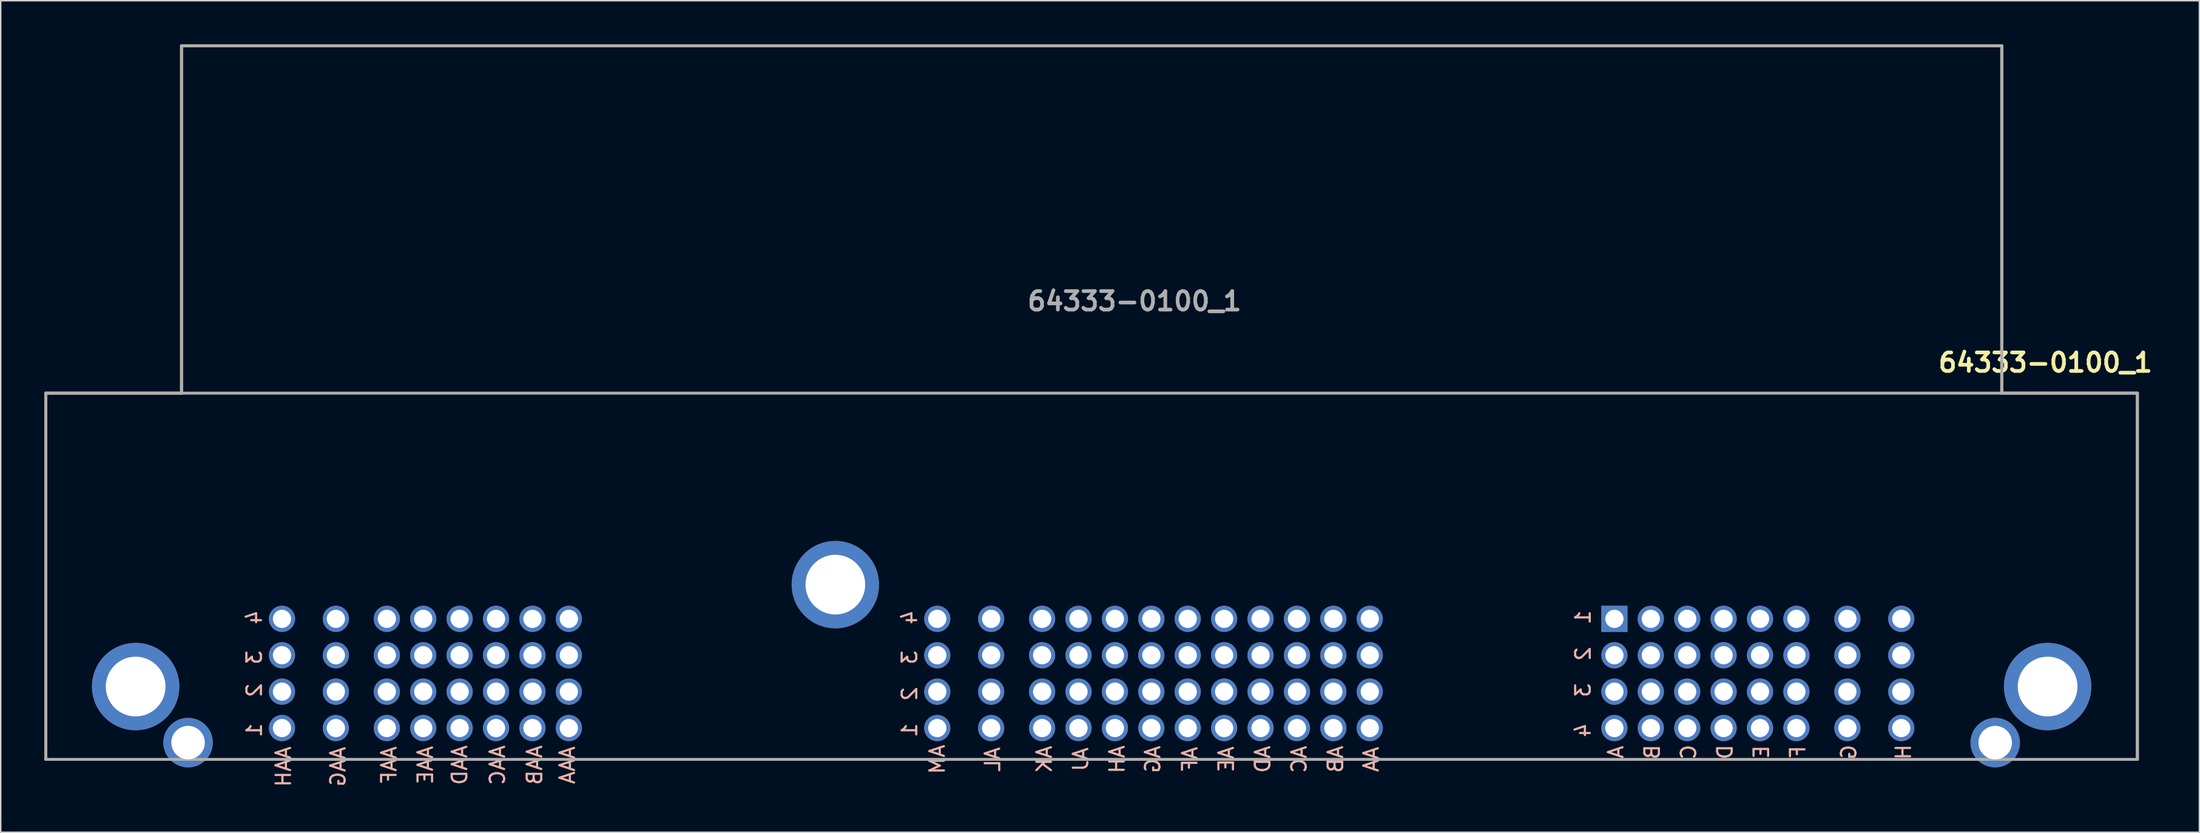
<source format=kicad_pcb>
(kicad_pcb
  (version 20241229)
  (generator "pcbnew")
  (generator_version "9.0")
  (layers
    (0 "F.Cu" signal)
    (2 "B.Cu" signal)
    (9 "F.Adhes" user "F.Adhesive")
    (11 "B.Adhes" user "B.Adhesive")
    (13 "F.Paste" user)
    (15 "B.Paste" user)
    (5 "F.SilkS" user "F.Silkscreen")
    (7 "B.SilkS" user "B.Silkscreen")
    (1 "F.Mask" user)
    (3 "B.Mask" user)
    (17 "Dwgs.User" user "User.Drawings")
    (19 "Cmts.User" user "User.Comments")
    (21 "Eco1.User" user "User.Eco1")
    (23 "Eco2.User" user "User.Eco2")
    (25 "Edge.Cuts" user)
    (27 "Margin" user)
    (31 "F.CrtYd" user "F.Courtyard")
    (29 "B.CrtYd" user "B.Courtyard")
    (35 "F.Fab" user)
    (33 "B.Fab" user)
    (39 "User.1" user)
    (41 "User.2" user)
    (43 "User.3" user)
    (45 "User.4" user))
  (footprint "64333-0100_1"
    (layer "F.Cu")
    (at 75.915 24.1)
    (property "Reference" "64333-0100_1" (at 61.5 -2.25 180) (layer "F.SilkS") (effects (font (size 1.27 1.27) (thickness 0.254))))
    (attr through_hole)
    (fp_line (start -75.815 -0.15) (end -75.815 25) (stroke (width 0.2) (type solid)) (layer "F.SilkS"))
    (fp_line (start -66.5 -24) (end -66.5 -0.15) (stroke (width 0.2) (type solid)) (layer "F.SilkS"))
    (fp_line (start -66.5 -0.15) (end -75.815 -0.15) (stroke (width 0.2) (type solid)) (layer "F.SilkS"))
    (fp_line (start 58.5 -24) (end -66.5 -24) (stroke (width 0.2) (type solid)) (layer "F.SilkS"))
    (fp_line (start 58.5 -0.15) (end 58.5 -24) (stroke (width 0.2) (type solid)) (layer "F.SilkS"))
    (fp_line (start 67.815 -0.15) (end 58.5 -0.15) (stroke (width 0.2) (type solid)) (layer "F.SilkS"))
    (fp_line (start 67.815 25) (end 67.815 -0.15) (stroke (width 0.2) (type solid)) (layer "F.SilkS"))
    (fp_line (start -75.815 -0.15) (end 67.815 -0.15) (stroke (width 0.2) (type solid)) (layer "F.Fab"))
    (fp_line (start -75.815 25) (end -75.815 -0.15) (stroke (width 0.2) (type solid)) (layer "F.Fab"))
    (fp_line (start -66.5 -24) (end -66.5 -0.15) (stroke (width 0.2) (type solid)) (layer "F.Fab"))
    (fp_line (start 58.5 -24) (end -66.5 -24) (stroke (width 0.2) (type solid)) (layer "F.Fab"))
    (fp_line (start 58.5 -0.15) (end 58.5 -24) (stroke (width 0.2) (type solid)) (layer "F.Fab"))
    (fp_line (start 67.815 -0.15) (end 67.815 25) (stroke (width 0.2) (type solid)) (layer "F.Fab"))
    (fp_line (start 67.815 25) (end -75.815 25) (stroke (width 0.2) (type solid)) (layer "F.Fab"))
    (fp_text user "4" (at -16.5 15.25 90) (layer "B.SilkS") (effects (font (size 1 1) (thickness 0.15)) (justify mirror)))
    (fp_text user "AAD" (at -47.4 25.4 90) (layer "B.SilkS") (effects (font (size 1 1) (thickness 0.15)) (justify mirror)))
    (fp_text user "AB" (at 12.75 25 90) (layer "B.SilkS") (effects (font (size 1 1) (thickness 0.15)) (justify mirror)))
    (fp_text user "AAF" (at -52.25 25.4 90) (layer "B.SilkS") (effects (font (size 1 1) (thickness 0.15)) (justify mirror)))
    (fp_text user "4" (at -61.5 15.25 90) (layer "B.SilkS") (effects (font (size 1 1) (thickness 0.15)) (justify mirror)))
    (fp_text user "C" (at 37 24.5 90) (layer "B.SilkS") (effects (font (size 1 1) (thickness 0.15)) (justify mirror)))
    (fp_text user "2" (at -61.5 20.25 90) (layer "B.SilkS") (effects (font (size 1 1) (thickness 0.15)) (justify mirror)))
    (fp_text user "1" (at -61.5 23 90) (layer "B.SilkS") (effects (font (size 1 1) (thickness 0.15)) (justify mirror)))
    (fp_text user "AM" (at -14.6 25 90) (layer "B.SilkS") (effects (font (size 1 1) (thickness 0.15)) (justify mirror)))
    (fp_text user "F" (at 44.5 24.5 90) (layer "B.SilkS") (effects (font (size 1 1) (thickness 0.15)) (justify mirror)))
    (fp_text user "2" (at -16.5 20.5 90) (layer "B.SilkS") (effects (font (size 1 1) (thickness 0.15)) (justify mirror)))
    (fp_text user "3" (at 29.75 20.25 90) (layer "B.SilkS") (effects (font (size 1 1) (thickness 0.15)) (justify mirror)))
    (fp_text user "AL" (at -10.8 25 90) (layer "B.SilkS") (effects (font (size 1 1) (thickness 0.15)) (justify mirror)))
    (fp_text user "AAE" (at -49.75 25.4 90) (layer "B.SilkS") (effects (font (size 1 1) (thickness 0.15)) (justify mirror)))
    (fp_text user "AAG" (at -55.75 25.5 90) (layer "B.SilkS") (effects (font (size 1 1) (thickness 0.15)) (justify mirror)))
    (fp_text user "3" (at -16.5 18 90) (layer "B.SilkS") (effects (font (size 1 1) (thickness 0.15)) (justify mirror)))
    (fp_text user "AAC" (at -44.8 25.4 90) (layer "B.SilkS") (effects (font (size 1 1) (thickness 0.15)) (justify mirror)))
    (fp_text user "AD" (at 7.75 25 90) (layer "B.SilkS") (effects (font (size 1 1) (thickness 0.15)) (justify mirror)))
    (fp_text user "1" (at -16.5 23 90) (layer "B.SilkS") (effects (font (size 1 1) (thickness 0.15)) (justify mirror)))
    (fp_text user "2" (at 29.75 17.75 90) (layer "B.SilkS") (effects (font (size 1 1) (thickness 0.15)) (justify mirror)))
    (fp_text user "AG" (at 0.2 25 90) (layer "B.SilkS") (effects (font (size 1 1) (thickness 0.15)) (justify mirror)))
    (fp_text user "D" (at 39.5 24.5 90) (layer "B.SilkS") (effects (font (size 1 1) (thickness 0.15)) (justify mirror)))
    (fp_text user "AC" (at 10.25 25 90) (layer "B.SilkS") (effects (font (size 1 1) (thickness 0.15)) (justify mirror)))
    (fp_text user "AA" (at 15.2 25 90) (layer "B.SilkS") (effects (font (size 1 1) (thickness 0.15)) (justify mirror)))
    (fp_text user "AJ" (at -4.75 25 90) (layer "B.SilkS") (effects (font (size 1 1) (thickness 0.15)) (justify mirror)))
    (fp_text user "4" (at 29.75 23 90) (layer "B.SilkS") (effects (font (size 1 1) (thickness 0.15)) (justify mirror)))
    (fp_text user "AAB" (at -42.25 25.4 90) (layer "B.SilkS") (effects (font (size 1 1) (thickness 0.15)) (justify mirror)))
    (fp_text user "AK" (at -7.25 25 90) (layer "B.SilkS") (effects (font (size 1 1) (thickness 0.15)) (justify mirror)))
    (fp_text user "E" (at 42 24.5 90) (layer "B.SilkS") (effects (font (size 1 1) (thickness 0.15)) (justify mirror)))
    (fp_text user "AH" (at -2.25 25 90) (layer "B.SilkS") (effects (font (size 1 1) (thickness 0.15)) (justify mirror)))
    (fp_text user "AAA" (at -40 25.4 90) (layer "B.SilkS") (effects (font (size 1 1) (thickness 0.15)) (justify mirror)))
    (fp_text user "AE" (at 5.25 25 90) (layer "B.SilkS") (effects (font (size 1 1) (thickness 0.15)) (justify mirror)))
    (fp_text user "1" (at 29.75 15.25 90) (layer "B.SilkS") (effects (font (size 1 1) (thickness 0.15)) (justify mirror)))
    (fp_text user "B" (at 34.5 24.5 90) (layer "B.SilkS") (effects (font (size 1 1) (thickness 0.15)) (justify mirror)))
    (fp_text user "G" (at 48 24.5 90) (layer "B.SilkS") (effects (font (size 1 1) (thickness 0.15)) (justify mirror)))
    (fp_text user "A" (at 32 24.5 90) (layer "B.SilkS") (effects (font (size 1 1) (thickness 0.15)) (justify mirror)))
    (fp_text user "3" (at -61.5 18 90) (layer "B.SilkS") (effects (font (size 1 1) (thickness 0.15)) (justify mirror)))
    (fp_text user "H" (at 51.75 24.5 90) (layer "B.SilkS") (effects (font (size 1 1) (thickness 0.15)) (justify mirror)))
    (fp_text user "AF" (at 2.75 25 90) (layer "B.SilkS") (effects (font (size 1 1) (thickness 0.15)) (justify mirror)))
    (fp_text user "AAH" (at -59.5 25.5 270) (layer "B.SilkS") (effects (font (size 1 1) (thickness 0.15)) (justify mirror)))
    (fp_text user "${REFERENCE}" (at -1.057 -6.464 180) (layer "F.Fab") (effects (font (size 1.27 1.27) (thickness 0.254))))
    (pad "A1" thru_hole rect (at 31.9 15.35 180) (size 1.8 1.8) (drill 1.25) (layers "*.Cu" "*.Mask"))
    (pad "A2" thru_hole circle (at 31.9 17.85 180) (size 1.8 1.8) (drill 1.25) (layers "*.Cu" "*.Mask"))
    (pad "A3" thru_hole circle (at 31.9 20.35 180) (size 1.8 1.8) (drill 1.25) (layers "*.Cu" "*.Mask"))
    (pad "A4" thru_hole circle (at 31.9 22.85 180) (size 1.8 1.8) (drill 1.25) (layers "*.Cu" "*.Mask"))
    (pad "AA1" thru_hole circle (at 15.1 22.85 180) (size 1.8 1.8) (drill 1.25) (layers "*.Cu" "*.Mask"))
    (pad "AA2" thru_hole circle (at 15.1 20.35 180) (size 1.8 1.8) (drill 1.25) (layers "*.Cu" "*.Mask"))
    (pad "AA3" thru_hole circle (at 15.1 17.85 180) (size 1.8 1.8) (drill 1.25) (layers "*.Cu" "*.Mask"))
    (pad "AA4" thru_hole circle (at 15.1 15.35 180) (size 1.8 1.8) (drill 1.25) (layers "*.Cu" "*.Mask"))
    (pad "AAA1" thru_hole circle (at -39.9 22.85 180) (size 1.8 1.8) (drill 1.25) (layers "*.Cu" "*.Mask"))
    (pad "AAA2" thru_hole circle (at -39.9 20.35 180) (size 1.8 1.8) (drill 1.25) (layers "*.Cu" "*.Mask"))
    (pad "AAA3" thru_hole circle (at -39.9 17.85 180) (size 1.8 1.8) (drill 1.25) (layers "*.Cu" "*.Mask"))
    (pad "AAA4" thru_hole circle (at -39.9 15.35 180) (size 1.8 1.8) (drill 1.25) (layers "*.Cu" "*.Mask"))
    (pad "AAB1" thru_hole circle (at -42.4 22.85 180) (size 1.8 1.8) (drill 1.25) (layers "*.Cu" "*.Mask"))
    (pad "AAB2" thru_hole circle (at -42.4 20.35 180) (size 1.8 1.8) (drill 1.25) (layers "*.Cu" "*.Mask"))
    (pad "AAB3" thru_hole circle (at -42.4 17.85 180) (size 1.8 1.8) (drill 1.25) (layers "*.Cu" "*.Mask"))
    (pad "AAB4" thru_hole circle (at -42.4 15.35 180) (size 1.8 1.8) (drill 1.25) (layers "*.Cu" "*.Mask"))
    (pad "AAC1" thru_hole circle (at -44.9 22.85 180) (size 1.8 1.8) (drill 1.25) (layers "*.Cu" "*.Mask"))
    (pad "AAC2" thru_hole circle (at -44.9 20.35 180) (size 1.8 1.8) (drill 1.25) (layers "*.Cu" "*.Mask"))
    (pad "AAC3" thru_hole circle (at -44.9 17.85 180) (size 1.8 1.8) (drill 1.25) (layers "*.Cu" "*.Mask"))
    (pad "AAC4" thru_hole circle (at -44.9 15.35 180) (size 1.8 1.8) (drill 1.25) (layers "*.Cu" "*.Mask"))
    (pad "AAD1" thru_hole circle (at -47.4 22.85 180) (size 1.8 1.8) (drill 1.25) (layers "*.Cu" "*.Mask"))
    (pad "AAD2" thru_hole circle (at -47.4 20.35 180) (size 1.8 1.8) (drill 1.25) (layers "*.Cu" "*.Mask"))
    (pad "AAD3" thru_hole circle (at -47.4 17.85 180) (size 1.8 1.8) (drill 1.25) (layers "*.Cu" "*.Mask"))
    (pad "AAD4" thru_hole circle (at -47.4 15.35 180) (size 1.8 1.8) (drill 1.25) (layers "*.Cu" "*.Mask"))
    (pad "AAE1" thru_hole circle (at -49.9 22.85 180) (size 1.8 1.8) (drill 1.25) (layers "*.Cu" "*.Mask"))
    (pad "AAE2" thru_hole circle (at -49.9 20.35 180) (size 1.8 1.8) (drill 1.25) (layers "*.Cu" "*.Mask"))
    (pad "AAE3" thru_hole circle (at -49.9 17.85 180) (size 1.8 1.8) (drill 1.25) (layers "*.Cu" "*.Mask"))
    (pad "AAE4" thru_hole circle (at -49.9 15.35 180) (size 1.8 1.8) (drill 1.25) (layers "*.Cu" "*.Mask"))
    (pad "AAF1" thru_hole circle (at -52.4 22.85 180) (size 1.8 1.8) (drill 1.25) (layers "*.Cu" "*.Mask"))
    (pad "AAF2" thru_hole circle (at -52.4 20.35 180) (size 1.8 1.8) (drill 1.25) (layers "*.Cu" "*.Mask"))
    (pad "AAF3" thru_hole circle (at -52.4 17.85 180) (size 1.8 1.8) (drill 1.25) (layers "*.Cu" "*.Mask"))
    (pad "AAF4" thru_hole circle (at -52.4 15.35 180) (size 1.8 1.8) (drill 1.25) (layers "*.Cu" "*.Mask"))
    (pad "AAG1" thru_hole circle (at -55.9 22.85 180) (size 1.8 1.8) (drill 1.25) (layers "*.Cu" "*.Mask"))
    (pad "AAG2" thru_hole circle (at -55.9 20.35 180) (size 1.8 1.8) (drill 1.25) (layers "*.Cu" "*.Mask"))
    (pad "AAG3" thru_hole circle (at -55.9 17.85 180) (size 1.8 1.8) (drill 1.25) (layers "*.Cu" "*.Mask"))
    (pad "AAG4" thru_hole circle (at -55.9 15.35 180) (size 1.8 1.8) (drill 1.25) (layers "*.Cu" "*.Mask"))
    (pad "AAH1" thru_hole circle (at -59.6 22.85 180) (size 1.8 1.8) (drill 1.25) (layers "*.Cu" "*.Mask"))
    (pad "AAH2" thru_hole circle (at -59.6 20.35 180) (size 1.8 1.8) (drill 1.25) (layers "*.Cu" "*.Mask"))
    (pad "AAH3" thru_hole circle (at -59.6 17.85 180) (size 1.8 1.8) (drill 1.25) (layers "*.Cu" "*.Mask"))
    (pad "AAH4" thru_hole circle (at -59.6 15.35 180) (size 1.8 1.8) (drill 1.25) (layers "*.Cu" "*.Mask"))
    (pad "AB1" thru_hole circle (at 12.6 22.85 180) (size 1.8 1.8) (drill 1.25) (layers "*.Cu" "*.Mask"))
    (pad "AB2" thru_hole circle (at 12.6 20.35 180) (size 1.8 1.8) (drill 1.25) (layers "*.Cu" "*.Mask"))
    (pad "AB3" thru_hole circle (at 12.6 17.85 180) (size 1.8 1.8) (drill 1.25) (layers "*.Cu" "*.Mask"))
    (pad "AB4" thru_hole circle (at 12.6 15.35 180) (size 1.8 1.8) (drill 1.25) (layers "*.Cu" "*.Mask"))
    (pad "AC1" thru_hole circle (at 10.1 22.85 180) (size 1.8 1.8) (drill 1.25) (layers "*.Cu" "*.Mask"))
    (pad "AC2" thru_hole circle (at 10.1 20.35 180) (size 1.8 1.8) (drill 1.25) (layers "*.Cu" "*.Mask"))
    (pad "AC3" thru_hole circle (at 10.1 17.85 180) (size 1.8 1.8) (drill 1.25) (layers "*.Cu" "*.Mask"))
    (pad "AC4" thru_hole circle (at 10.1 15.35 180) (size 1.8 1.8) (drill 1.25) (layers "*.Cu" "*.Mask"))
    (pad "AD1" thru_hole circle (at 7.6 22.85 180) (size 1.8 1.8) (drill 1.25) (layers "*.Cu" "*.Mask"))
    (pad "AD2" thru_hole circle (at 7.6 20.35 180) (size 1.8 1.8) (drill 1.25) (layers "*.Cu" "*.Mask"))
    (pad "AD3" thru_hole circle (at 7.6 17.85 180) (size 1.8 1.8) (drill 1.25) (layers "*.Cu" "*.Mask"))
    (pad "AD4" thru_hole circle (at 7.6 15.35 180) (size 1.8 1.8) (drill 1.25) (layers "*.Cu" "*.Mask"))
    (pad "AE1" thru_hole circle (at 5.1 22.85 180) (size 1.8 1.8) (drill 1.25) (layers "*.Cu" "*.Mask"))
    (pad "AE2" thru_hole circle (at 5.1 20.35 180) (size 1.8 1.8) (drill 1.25) (layers "*.Cu" "*.Mask"))
    (pad "AE3" thru_hole circle (at 5.1 17.85 180) (size 1.8 1.8) (drill 1.25) (layers "*.Cu" "*.Mask"))
    (pad "AE4" thru_hole circle (at 5.1 15.35 180) (size 1.8 1.8) (drill 1.25) (layers "*.Cu" "*.Mask"))
    (pad "AF1" thru_hole circle (at 2.6 22.85 180) (size 1.8 1.8) (drill 1.25) (layers "*.Cu" "*.Mask"))
    (pad "AF2" thru_hole circle (at 2.6 20.35 180) (size 1.8 1.8) (drill 1.25) (layers "*.Cu" "*.Mask"))
    (pad "AF3" thru_hole circle (at 2.6 17.85 180) (size 1.8 1.8) (drill 1.25) (layers "*.Cu" "*.Mask"))
    (pad "AF4" thru_hole circle (at 2.6 15.35 180) (size 1.8 1.8) (drill 1.25) (layers "*.Cu" "*.Mask"))
    (pad "AG1" thru_hole circle (at 0.1 22.85 180) (size 1.8 1.8) (drill 1.25) (layers "*.Cu" "*.Mask"))
    (pad "AG2" thru_hole circle (at 0.1 20.35 180) (size 1.8 1.8) (drill 1.25) (layers "*.Cu" "*.Mask"))
    (pad "AG3" thru_hole circle (at 0.1 17.85 180) (size 1.8 1.8) (drill 1.25) (layers "*.Cu" "*.Mask"))
    (pad "AG4" thru_hole circle (at 0.1 15.35 180) (size 1.8 1.8) (drill 1.25) (layers "*.Cu" "*.Mask"))
    (pad "AH1" thru_hole circle (at -2.4 22.85 180) (size 1.8 1.8) (drill 1.25) (layers "*.Cu" "*.Mask"))
    (pad "AH2" thru_hole circle (at -2.4 20.35 180) (size 1.8 1.8) (drill 1.25) (layers "*.Cu" "*.Mask"))
    (pad "AH3" thru_hole circle (at -2.4 17.85 180) (size 1.8 1.8) (drill 1.25) (layers "*.Cu" "*.Mask"))
    (pad "AH4" thru_hole circle (at -2.4 15.35 180) (size 1.8 1.8) (drill 1.25) (layers "*.Cu" "*.Mask"))
    (pad "AJ1" thru_hole circle (at -4.9 22.85 180) (size 1.8 1.8) (drill 1.25) (layers "*.Cu" "*.Mask"))
    (pad "AJ2" thru_hole circle (at -4.9 20.35 180) (size 1.8 1.8) (drill 1.25) (layers "*.Cu" "*.Mask"))
    (pad "AJ3" thru_hole circle (at -4.9 17.85 180) (size 1.8 1.8) (drill 1.25) (layers "*.Cu" "*.Mask"))
    (pad "AJ4" thru_hole circle (at -4.9 15.35 180) (size 1.8 1.8) (drill 1.25) (layers "*.Cu" "*.Mask"))
    (pad "AK1" thru_hole circle (at -7.4 22.85 180) (size 1.8 1.8) (drill 1.25) (layers "*.Cu" "*.Mask"))
    (pad "AK2" thru_hole circle (at -7.4 20.35 180) (size 1.8 1.8) (drill 1.25) (layers "*.Cu" "*.Mask"))
    (pad "AK3" thru_hole circle (at -7.4 17.85 180) (size 1.8 1.8) (drill 1.25) (layers "*.Cu" "*.Mask"))
    (pad "AK4" thru_hole circle (at -7.4 15.35 180) (size 1.8 1.8) (drill 1.25) (layers "*.Cu" "*.Mask"))
    (pad "AL1" thru_hole circle (at -10.9 22.85 180) (size 1.8 1.8) (drill 1.25) (layers "*.Cu" "*.Mask"))
    (pad "AL2" thru_hole circle (at -10.9 20.35 180) (size 1.8 1.8) (drill 1.25) (layers "*.Cu" "*.Mask"))
    (pad "AL3" thru_hole circle (at -10.9 17.85 180) (size 1.8 1.8) (drill 1.25) (layers "*.Cu" "*.Mask"))
    (pad "AL4" thru_hole circle (at -10.9 15.35 180) (size 1.8 1.8) (drill 1.25) (layers "*.Cu" "*.Mask"))
    (pad "AM1" thru_hole circle (at -14.6 22.85 180) (size 1.8 1.8) (drill 1.25) (layers "*.Cu" "*.Mask"))
    (pad "AM2" thru_hole circle (at -14.6 20.35 180) (size 1.8 1.8) (drill 1.25) (layers "*.Cu" "*.Mask"))
    (pad "AM3" thru_hole circle (at -14.6 17.85 180) (size 1.8 1.8) (drill 1.25) (layers "*.Cu" "*.Mask"))
    (pad "AM4" thru_hole circle (at -14.6 15.35 180) (size 1.8 1.8) (drill 1.25) (layers "*.Cu" "*.Mask"))
    (pad "B1" thru_hole circle (at 34.4 15.35 180) (size 1.8 1.8) (drill 1.25) (layers "*.Cu" "*.Mask"))
    (pad "B2" thru_hole circle (at 34.4 17.85 180) (size 1.8 1.8) (drill 1.25) (layers "*.Cu" "*.Mask"))
    (pad "B3" thru_hole circle (at 34.4 20.35 180) (size 1.8 1.8) (drill 1.25) (layers "*.Cu" "*.Mask"))
    (pad "B4" thru_hole circle (at 34.4 22.85 180) (size 1.8 1.8) (drill 1.25) (layers "*.Cu" "*.Mask"))
    (pad "C1" thru_hole circle (at 36.9 15.35 180) (size 1.8 1.8) (drill 1.25) (layers "*.Cu" "*.Mask"))
    (pad "C2" thru_hole circle (at 36.9 17.85 180) (size 1.8 1.8) (drill 1.25) (layers "*.Cu" "*.Mask"))
    (pad "C3" thru_hole circle (at 36.9 20.35 180) (size 1.8 1.8) (drill 1.25) (layers "*.Cu" "*.Mask"))
    (pad "C4" thru_hole circle (at 36.9 22.85 180) (size 1.8 1.8) (drill 1.25) (layers "*.Cu" "*.Mask"))
    (pad "D1" thru_hole circle (at 39.4 15.35 180) (size 1.8 1.8) (drill 1.25) (layers "*.Cu" "*.Mask"))
    (pad "D2" thru_hole circle (at 39.4 17.85 180) (size 1.8 1.8) (drill 1.25) (layers "*.Cu" "*.Mask"))
    (pad "D3" thru_hole circle (at 39.4 20.35 180) (size 1.8 1.8) (drill 1.25) (layers "*.Cu" "*.Mask"))
    (pad "D4" thru_hole circle (at 39.4 22.85 180) (size 1.8 1.8) (drill 1.25) (layers "*.Cu" "*.Mask"))
    (pad "E1" thru_hole circle (at 41.9 15.35 180) (size 1.8 1.8) (drill 1.25) (layers "*.Cu" "*.Mask"))
    (pad "E2" thru_hole circle (at 41.9 17.85 180) (size 1.8 1.8) (drill 1.25) (layers "*.Cu" "*.Mask"))
    (pad "E3" thru_hole circle (at 41.9 20.35 180) (size 1.8 1.8) (drill 1.25) (layers "*.Cu" "*.Mask"))
    (pad "E4" thru_hole circle (at 41.9 22.85 180) (size 1.8 1.8) (drill 1.25) (layers "*.Cu" "*.Mask"))
    (pad "F1" thru_hole circle (at 44.4 15.35 180) (size 1.8 1.8) (drill 1.25) (layers "*.Cu" "*.Mask"))
    (pad "F2" thru_hole circle (at 44.4 17.85 180) (size 1.8 1.8) (drill 1.25) (layers "*.Cu" "*.Mask"))
    (pad "F3" thru_hole circle (at 44.4 20.35 180) (size 1.8 1.8) (drill 1.25) (layers "*.Cu" "*.Mask"))
    (pad "F4" thru_hole circle (at 44.4 22.85 180) (size 1.8 1.8) (drill 1.25) (layers "*.Cu" "*.Mask"))
    (pad "G1" thru_hole circle (at 47.9 15.35 180) (size 1.8 1.8) (drill 1.25) (layers "*.Cu" "*.Mask"))
    (pad "G2" thru_hole circle (at 47.9 17.85 180) (size 1.8 1.8) (drill 1.25) (layers "*.Cu" "*.Mask"))
    (pad "G3" thru_hole circle (at 47.9 20.35 180) (size 1.8 1.8) (drill 1.25) (layers "*.Cu" "*.Mask"))
    (pad "G4" thru_hole circle (at 47.9 22.85 180) (size 1.8 1.8) (drill 1.25) (layers "*.Cu" "*.Mask"))
    (pad "H1" thru_hole circle (at 51.6 15.35 180) (size 1.8 1.8) (drill 1.25) (layers "*.Cu" "*.Mask"))
    (pad "H2" thru_hole circle (at 51.6 17.85 180) (size 1.8 1.8) (drill 1.25) (layers "*.Cu" "*.Mask"))
    (pad "H3" thru_hole circle (at 51.6 20.35 180) (size 1.8 1.8) (drill 1.25) (layers "*.Cu" "*.Mask"))
    (pad "H4" thru_hole circle (at 51.6 22.85 180) (size 1.8 1.8) (drill 1.25) (layers "*.Cu" "*.Mask"))
    (pad "MH1" thru_hole circle (at -69.65 20 180) (size 6 6) (drill 4.1) (layers "*.Cu" "*.Mask"))
    (pad "MH2" thru_hole circle (at -21.6 13 180) (size 6 6) (drill 4.1) (layers "*.Cu" "*.Mask"))
    (pad "MH3" thru_hole circle (at 61.65 20 180) (size 6 6) (drill 4.1) (layers "*.Cu" "*.Mask"))
    (pad "MH4" thru_hole circle (at 58.05 23.85 180) (size 3.4 3.4) (drill 2.3) (layers "*.Cu" "*.Mask"))
    (pad "MH5" thru_hole circle (at -66.05 23.85 180) (size 3.4 3.4) (drill 2.3) (layers "*.Cu" "*.Mask")))
  (gr_rect
    (start -3 -3)
    (end 147.987 54.106)
    (stroke (width 0.1) (type default))
    (fill no)
    (layer "Edge.Cuts")))
</source>
